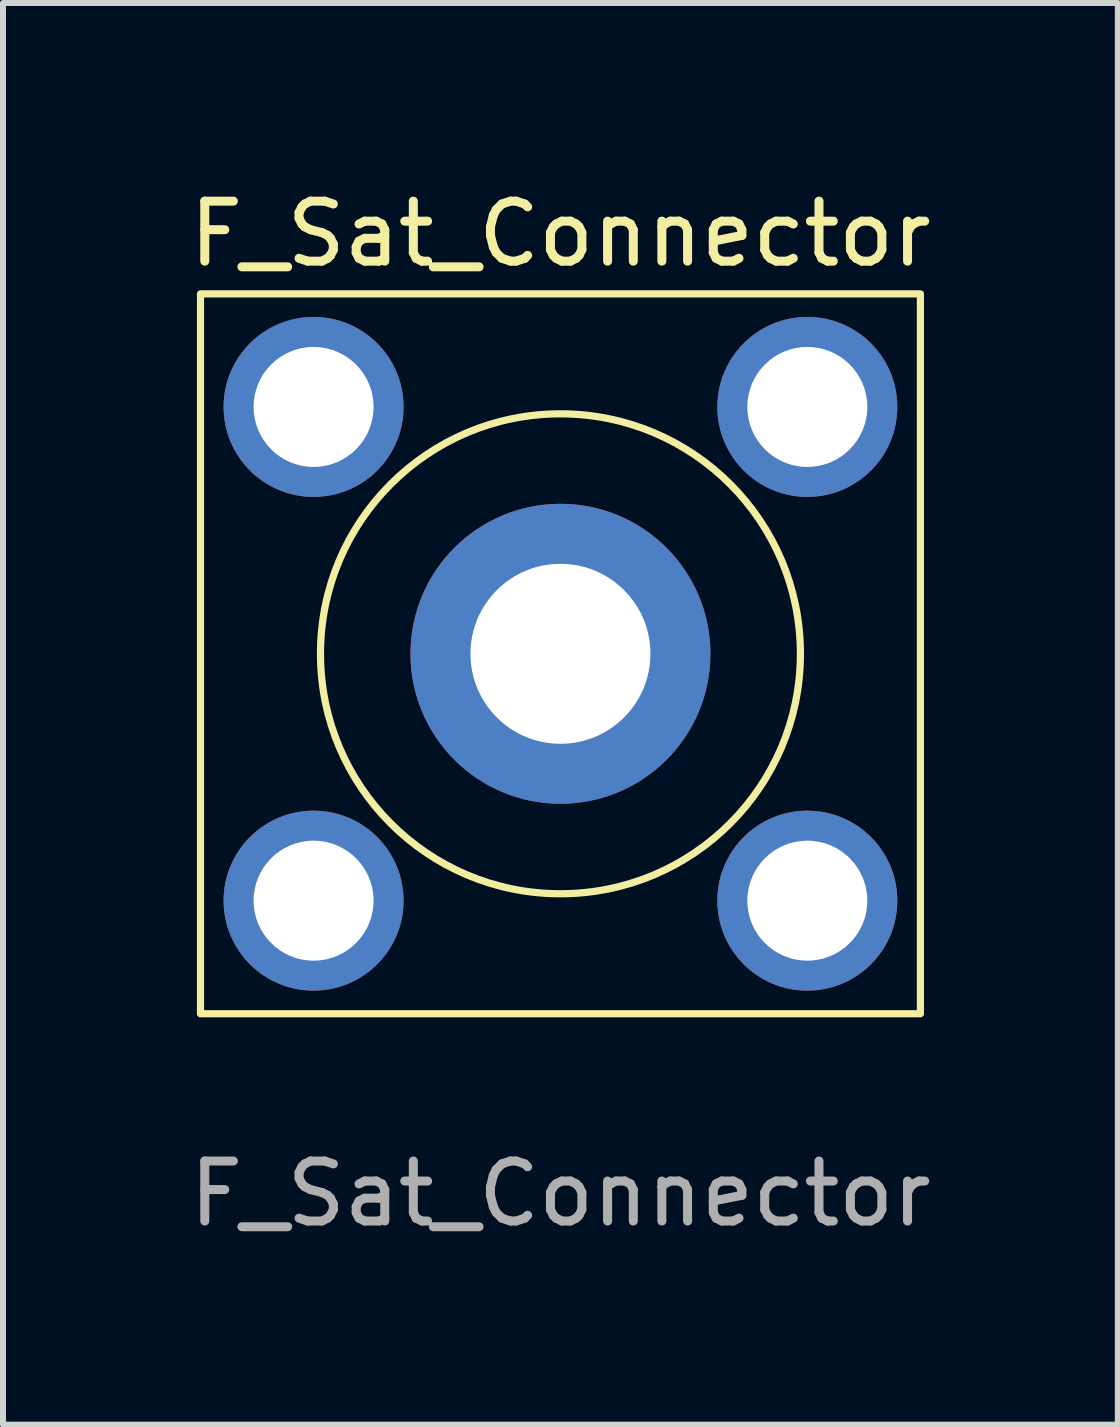
<source format=kicad_pcb>
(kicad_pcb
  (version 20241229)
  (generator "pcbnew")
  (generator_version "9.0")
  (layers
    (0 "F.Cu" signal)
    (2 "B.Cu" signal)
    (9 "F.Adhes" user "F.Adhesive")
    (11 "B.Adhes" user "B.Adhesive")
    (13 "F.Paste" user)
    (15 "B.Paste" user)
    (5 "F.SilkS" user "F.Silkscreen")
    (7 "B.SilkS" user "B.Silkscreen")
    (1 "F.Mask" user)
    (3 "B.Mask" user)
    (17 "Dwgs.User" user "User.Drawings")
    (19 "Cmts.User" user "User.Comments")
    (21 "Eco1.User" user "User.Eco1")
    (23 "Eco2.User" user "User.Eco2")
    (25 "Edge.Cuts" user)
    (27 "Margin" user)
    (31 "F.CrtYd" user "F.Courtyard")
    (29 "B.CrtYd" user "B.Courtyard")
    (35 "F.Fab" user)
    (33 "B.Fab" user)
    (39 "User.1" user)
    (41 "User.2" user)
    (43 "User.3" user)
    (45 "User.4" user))
  (footprint "F_Sat_Connector"
    (layer "F.Cu")
    (at 6.292 7.848)
    (property "Reference" "F_Sat_Connector" (at 0 -7 0) (unlocked yes) (layer "F.SilkS") (effects (font (size 1 1) (thickness 0.15))))
    (attr through_hole)
    (fp_rect (start -6 -6) (end 6 6) (stroke (width 0.12) (type solid)) (fill no) (layer "F.SilkS"))
    (fp_circle (center 0 0) (end 4 0) (stroke (width 0.12) (type solid)) (fill no) (layer "F.SilkS"))
    (fp_text user "${REFERENCE}" (at 0 9 0) (unlocked yes) (layer "F.Fab") (effects (font (size 1 1) (thickness 0.15))))
    (pad "1" thru_hole circle (at 0 0) (size 5 5) (drill 3) (layers "*.Cu" "*.Mask"))
    (pad "2" thru_hole circle (at -4.115 -4.115) (size 3 3) (drill 2) (layers "*.Cu" "*.Mask"))
    (pad "2" thru_hole circle (at -4.115 4.115) (size 3 3) (drill 2) (layers "*.Cu" "*.Mask"))
    (pad "2" thru_hole circle (at 4.115 -4.115) (size 3 3) (drill 2) (layers "*.Cu" "*.Mask"))
    (pad "3" thru_hole circle (at 4.115 4.115) (size 3 3) (drill 2) (layers "*.Cu" "*.Mask")))
  (gr_rect
    (start -3 -3)
    (end 15.583 20.697)
    (stroke (width 0.1) (type default))
    (fill no)
    (layer "Edge.Cuts")))
</source>
